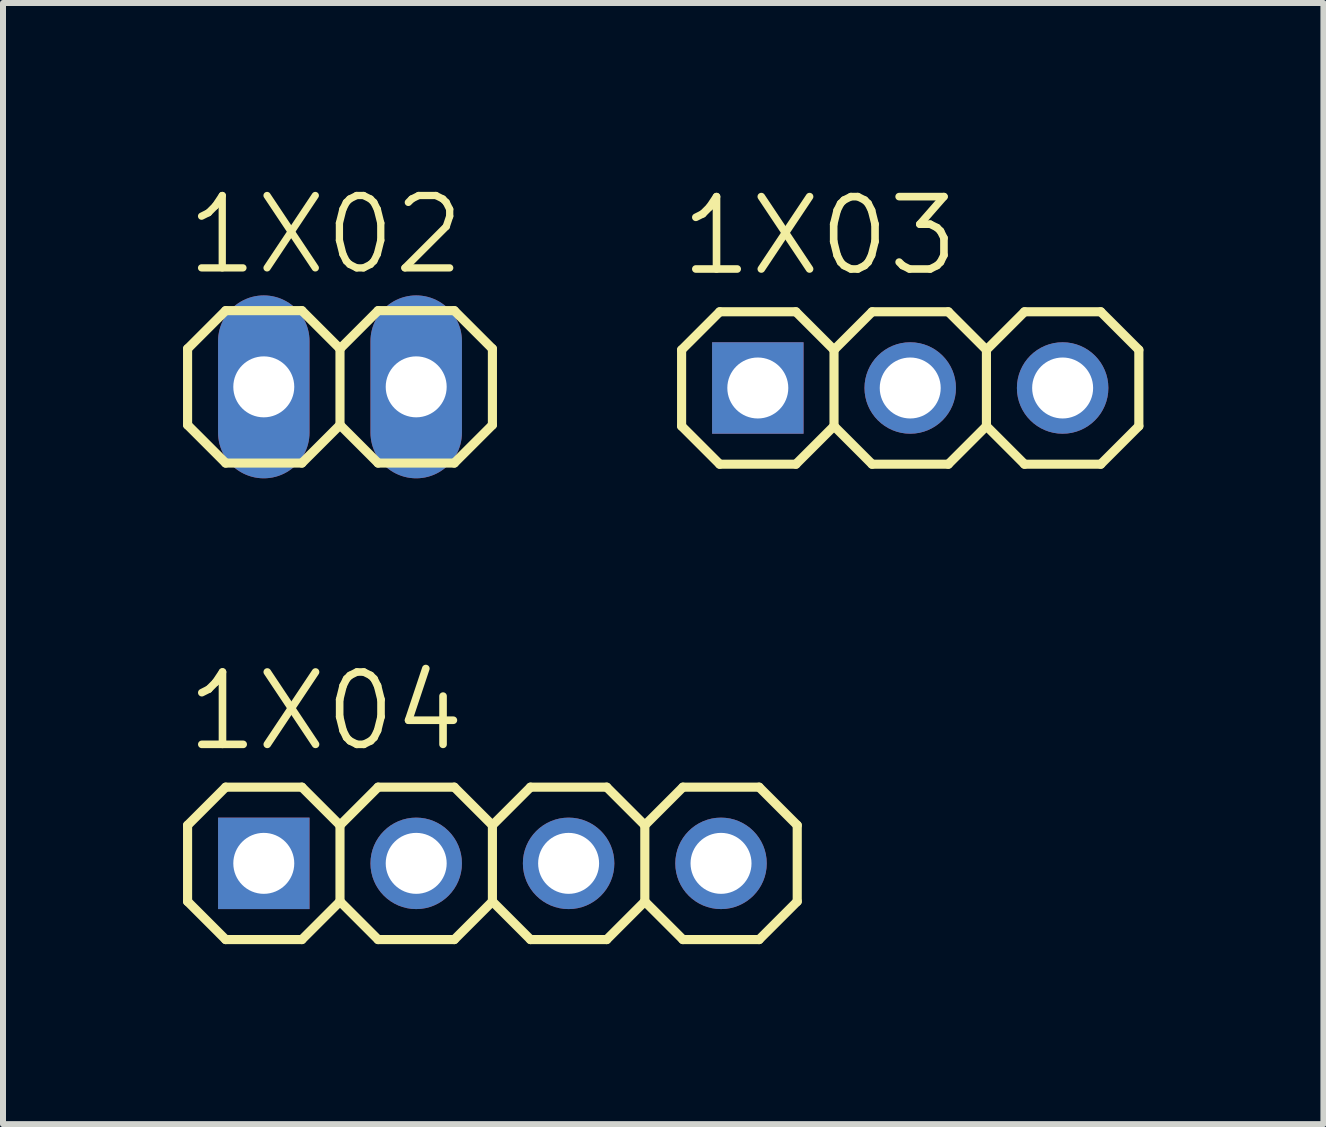
<source format=kicad_pcb>
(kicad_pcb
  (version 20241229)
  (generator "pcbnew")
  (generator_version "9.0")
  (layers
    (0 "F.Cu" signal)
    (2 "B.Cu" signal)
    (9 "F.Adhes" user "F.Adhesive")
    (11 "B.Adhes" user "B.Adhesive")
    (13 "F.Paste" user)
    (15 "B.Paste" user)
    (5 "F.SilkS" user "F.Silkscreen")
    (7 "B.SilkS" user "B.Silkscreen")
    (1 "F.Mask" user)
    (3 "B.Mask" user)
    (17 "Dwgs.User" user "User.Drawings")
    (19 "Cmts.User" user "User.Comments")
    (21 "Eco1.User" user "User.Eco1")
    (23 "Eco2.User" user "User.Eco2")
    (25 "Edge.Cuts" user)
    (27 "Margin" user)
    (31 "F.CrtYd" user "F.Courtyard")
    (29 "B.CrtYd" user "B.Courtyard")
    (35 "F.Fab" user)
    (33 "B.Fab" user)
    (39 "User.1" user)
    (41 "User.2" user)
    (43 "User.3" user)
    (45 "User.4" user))
  (footprint "1X02"
    (layer "F.Cu")
    (at 2.616 3.397)
    (property "Reference" "1X02" (at -2.616 -1.829 0) (layer "F.SilkS") (effects (font (size 1.206 1.206) (thickness 0.121)) (justify left bottom)))
    (attr through_hole)
    (fp_line (start -2.54 -0.635) (end -2.54 0.635) (stroke (width 0.152) (type solid)) (layer "F.SilkS"))
    (fp_line (start -2.54 0.635) (end -1.905 1.27) (stroke (width 0.152) (type solid)) (layer "F.SilkS"))
    (fp_line (start -1.905 -1.27) (end -2.54 -0.635) (stroke (width 0.152) (type solid)) (layer "F.SilkS"))
    (fp_line (start -1.905 -1.27) (end -0.635 -1.27) (stroke (width 0.152) (type solid)) (layer "F.SilkS"))
    (fp_line (start -0.635 -1.27) (end 0 -0.635) (stroke (width 0.152) (type solid)) (layer "F.SilkS"))
    (fp_line (start -0.635 1.27) (end -1.905 1.27) (stroke (width 0.152) (type solid)) (layer "F.SilkS"))
    (fp_line (start 0 -0.635) (end 0 0.635) (stroke (width 0.152) (type solid)) (layer "F.SilkS"))
    (fp_line (start 0 -0.635) (end 0.635 -1.27) (stroke (width 0.152) (type solid)) (layer "F.SilkS"))
    (fp_line (start 0 0.635) (end -0.635 1.27) (stroke (width 0.152) (type solid)) (layer "F.SilkS"))
    (fp_line (start 0.635 -1.27) (end 1.905 -1.27) (stroke (width 0.152) (type solid)) (layer "F.SilkS"))
    (fp_line (start 0.635 1.27) (end 0 0.635) (stroke (width 0.152) (type solid)) (layer "F.SilkS"))
    (fp_line (start 1.905 -1.27) (end 2.54 -0.635) (stroke (width 0.152) (type solid)) (layer "F.SilkS"))
    (fp_line (start 1.905 1.27) (end 0.635 1.27) (stroke (width 0.152) (type solid)) (layer "F.SilkS"))
    (fp_line (start 2.54 -0.635) (end 2.54 0.635) (stroke (width 0.152) (type solid)) (layer "F.SilkS"))
    (fp_line (start 2.54 0.635) (end 1.905 1.27) (stroke (width 0.152) (type solid)) (layer "F.SilkS"))
    (fp_poly (pts (xy -1.524 0.254) (xy -1.016 0.254) (xy -1.016 -0.254) (xy -1.524 -0.254)) (stroke (width 0.1) (type solid)) (fill no) (layer "F.Fab"))
    (fp_poly (pts (xy 1.016 0.254) (xy 1.524 0.254) (xy 1.524 -0.254) (xy 1.016 -0.254)) (stroke (width 0.1) (type solid)) (fill no) (layer "F.Fab"))
    (pad "1" thru_hole oval (at -1.27 0 90) (size 3.048 1.524) (drill 1.016) (layers "*.Cu" "*.Mask"))
    (pad "2" thru_hole oval (at 1.27 0 90) (size 3.048 1.524) (drill 1.016) (layers "*.Cu" "*.Mask")))
  (footprint "1X04"
    (layer "F.Cu")
    (at 5.156 11.338)
    (property "Reference" "1X04" (at -5.156 -1.829 0) (layer "F.SilkS") (effects (font (size 1.206 1.206) (thickness 0.127)) (justify left bottom)))
    (attr through_hole)
    (fp_line (start -5.08 -0.635) (end -5.08 0.635) (stroke (width 0.152) (type solid)) (layer "F.SilkS"))
    (fp_line (start -5.08 0.635) (end -4.445 1.27) (stroke (width 0.152) (type solid)) (layer "F.SilkS"))
    (fp_line (start -4.445 -1.27) (end -5.08 -0.635) (stroke (width 0.152) (type solid)) (layer "F.SilkS"))
    (fp_line (start -4.445 -1.27) (end -3.175 -1.27) (stroke (width 0.152) (type solid)) (layer "F.SilkS"))
    (fp_line (start -3.175 -1.27) (end -2.54 -0.635) (stroke (width 0.152) (type solid)) (layer "F.SilkS"))
    (fp_line (start -3.175 1.27) (end -4.445 1.27) (stroke (width 0.152) (type solid)) (layer "F.SilkS"))
    (fp_line (start -2.54 -0.635) (end -2.54 0.635) (stroke (width 0.152) (type solid)) (layer "F.SilkS"))
    (fp_line (start -2.54 -0.635) (end -1.905 -1.27) (stroke (width 0.152) (type solid)) (layer "F.SilkS"))
    (fp_line (start -2.54 0.635) (end -3.175 1.27) (stroke (width 0.152) (type solid)) (layer "F.SilkS"))
    (fp_line (start -1.905 -1.27) (end -0.635 -1.27) (stroke (width 0.152) (type solid)) (layer "F.SilkS"))
    (fp_line (start -1.905 1.27) (end -2.54 0.635) (stroke (width 0.152) (type solid)) (layer "F.SilkS"))
    (fp_line (start -0.635 -1.27) (end 0 -0.635) (stroke (width 0.152) (type solid)) (layer "F.SilkS"))
    (fp_line (start -0.635 1.27) (end -1.905 1.27) (stroke (width 0.152) (type solid)) (layer "F.SilkS"))
    (fp_line (start 0 -0.635) (end 0 0.635) (stroke (width 0.152) (type solid)) (layer "F.SilkS"))
    (fp_line (start 0 -0.635) (end 0.635 -1.27) (stroke (width 0.152) (type solid)) (layer "F.SilkS"))
    (fp_line (start 0 0.635) (end -0.635 1.27) (stroke (width 0.152) (type solid)) (layer "F.SilkS"))
    (fp_line (start 0.635 -1.27) (end 1.905 -1.27) (stroke (width 0.152) (type solid)) (layer "F.SilkS"))
    (fp_line (start 0.635 1.27) (end 0 0.635) (stroke (width 0.152) (type solid)) (layer "F.SilkS"))
    (fp_line (start 1.905 -1.27) (end 2.54 -0.635) (stroke (width 0.152) (type solid)) (layer "F.SilkS"))
    (fp_line (start 1.905 1.27) (end 0.635 1.27) (stroke (width 0.152) (type solid)) (layer "F.SilkS"))
    (fp_line (start 2.54 -0.635) (end 2.54 0.635) (stroke (width 0.152) (type solid)) (layer "F.SilkS"))
    (fp_line (start 2.54 0.635) (end 1.905 1.27) (stroke (width 0.152) (type solid)) (layer "F.SilkS"))
    (fp_line (start 2.54 0.635) (end 3.175 1.27) (stroke (width 0.152) (type solid)) (layer "F.SilkS"))
    (fp_line (start 3.175 -1.27) (end 2.54 -0.635) (stroke (width 0.152) (type solid)) (layer "F.SilkS"))
    (fp_line (start 3.175 -1.27) (end 4.445 -1.27) (stroke (width 0.152) (type solid)) (layer "F.SilkS"))
    (fp_line (start 4.445 -1.27) (end 5.08 -0.635) (stroke (width 0.152) (type solid)) (layer "F.SilkS"))
    (fp_line (start 4.445 1.27) (end 3.175 1.27) (stroke (width 0.152) (type solid)) (layer "F.SilkS"))
    (fp_line (start 5.08 -0.635) (end 5.08 0.635) (stroke (width 0.152) (type solid)) (layer "F.SilkS"))
    (fp_line (start 5.08 0.635) (end 4.445 1.27) (stroke (width 0.152) (type solid)) (layer "F.SilkS"))
    (fp_poly (pts (xy -4.064 0.254) (xy -3.556 0.254) (xy -3.556 -0.254) (xy -4.064 -0.254)) (stroke (width 0.1) (type solid)) (fill no) (layer "F.Fab"))
    (fp_poly (pts (xy -1.524 0.254) (xy -1.016 0.254) (xy -1.016 -0.254) (xy -1.524 -0.254)) (stroke (width 0.1) (type solid)) (fill no) (layer "F.Fab"))
    (fp_poly (pts (xy 1.016 0.254) (xy 1.524 0.254) (xy 1.524 -0.254) (xy 1.016 -0.254)) (stroke (width 0.1) (type solid)) (fill no) (layer "F.Fab"))
    (fp_poly (pts (xy 3.556 0.254) (xy 4.064 0.254) (xy 4.064 -0.254) (xy 3.556 -0.254)) (stroke (width 0.1) (type solid)) (fill no) (layer "F.Fab"))
    (pad "1" thru_hole rect (at -3.81 0 90) (size 1.524 1.524) (drill 1.016) (layers "*.Cu" "*.Mask"))
    (pad "2" thru_hole circle (at -1.27 0 90) (size 1.524 1.524) (drill 1.016) (layers "*.Cu" "*.Mask"))
    (pad "3" thru_hole circle (at 1.27 0 90) (size 1.524 1.524) (drill 1.016) (layers "*.Cu" "*.Mask"))
    (pad "4" thru_hole circle (at 3.81 0 90) (size 1.524 1.524) (drill 1.016) (layers "*.Cu" "*.Mask")))
  (footprint "1X03"
    (layer "F.Cu")
    (at 12.119 3.416)
    (property "Reference" "1X03" (at -3.886 -1.829 0) (layer "F.SilkS") (effects (font (size 1.206 1.206) (thickness 0.127)) (justify left bottom)))
    (attr through_hole)
    (fp_line (start -3.81 -0.635) (end -3.81 0.635) (stroke (width 0.152) (type solid)) (layer "F.SilkS"))
    (fp_line (start -3.81 0.635) (end -3.175 1.27) (stroke (width 0.152) (type solid)) (layer "F.SilkS"))
    (fp_line (start -3.175 -1.27) (end -3.81 -0.635) (stroke (width 0.152) (type solid)) (layer "F.SilkS"))
    (fp_line (start -3.175 -1.27) (end -1.905 -1.27) (stroke (width 0.152) (type solid)) (layer "F.SilkS"))
    (fp_line (start -1.905 -1.27) (end -1.27 -0.635) (stroke (width 0.152) (type solid)) (layer "F.SilkS"))
    (fp_line (start -1.905 1.27) (end -3.175 1.27) (stroke (width 0.152) (type solid)) (layer "F.SilkS"))
    (fp_line (start -1.27 -0.635) (end -1.27 0.635) (stroke (width 0.152) (type solid)) (layer "F.SilkS"))
    (fp_line (start -1.27 -0.635) (end -0.635 -1.27) (stroke (width 0.152) (type solid)) (layer "F.SilkS"))
    (fp_line (start -1.27 0.635) (end -1.905 1.27) (stroke (width 0.152) (type solid)) (layer "F.SilkS"))
    (fp_line (start -0.635 -1.27) (end 0.635 -1.27) (stroke (width 0.152) (type solid)) (layer "F.SilkS"))
    (fp_line (start -0.635 1.27) (end -1.27 0.635) (stroke (width 0.152) (type solid)) (layer "F.SilkS"))
    (fp_line (start 0.635 -1.27) (end 1.27 -0.635) (stroke (width 0.152) (type solid)) (layer "F.SilkS"))
    (fp_line (start 0.635 1.27) (end -0.635 1.27) (stroke (width 0.152) (type solid)) (layer "F.SilkS"))
    (fp_line (start 1.27 -0.635) (end 1.27 0.635) (stroke (width 0.152) (type solid)) (layer "F.SilkS"))
    (fp_line (start 1.27 -0.635) (end 1.905 -1.27) (stroke (width 0.152) (type solid)) (layer "F.SilkS"))
    (fp_line (start 1.27 0.635) (end 0.635 1.27) (stroke (width 0.152) (type solid)) (layer "F.SilkS"))
    (fp_line (start 1.905 -1.27) (end 3.175 -1.27) (stroke (width 0.152) (type solid)) (layer "F.SilkS"))
    (fp_line (start 1.905 1.27) (end 1.27 0.635) (stroke (width 0.152) (type solid)) (layer "F.SilkS"))
    (fp_line (start 3.175 -1.27) (end 3.81 -0.635) (stroke (width 0.152) (type solid)) (layer "F.SilkS"))
    (fp_line (start 3.175 1.27) (end 1.905 1.27) (stroke (width 0.152) (type solid)) (layer "F.SilkS"))
    (fp_line (start 3.81 -0.635) (end 3.81 0.635) (stroke (width 0.152) (type solid)) (layer "F.SilkS"))
    (fp_line (start 3.81 0.635) (end 3.175 1.27) (stroke (width 0.152) (type solid)) (layer "F.SilkS"))
    (fp_poly (pts (xy -2.794 0.254) (xy -2.286 0.254) (xy -2.286 -0.254) (xy -2.794 -0.254)) (stroke (width 0.1) (type solid)) (fill no) (layer "F.Fab"))
    (fp_poly (pts (xy -0.254 0.254) (xy 0.254 0.254) (xy 0.254 -0.254) (xy -0.254 -0.254)) (stroke (width 0.1) (type solid)) (fill no) (layer "F.Fab"))
    (fp_poly (pts (xy 2.286 0.254) (xy 2.794 0.254) (xy 2.794 -0.254) (xy 2.286 -0.254)) (stroke (width 0.1) (type solid)) (fill no) (layer "F.Fab"))
    (pad "1" thru_hole rect (at -2.54 0 90) (size 1.524 1.524) (drill 1.016) (layers "*.Cu" "*.Mask"))
    (pad "2" thru_hole circle (at 0 0 90) (size 1.524 1.524) (drill 1.016) (layers "*.Cu" "*.Mask"))
    (pad "3" thru_hole circle (at 2.54 0 90) (size 1.524 1.524) (drill 1.016) (layers "*.Cu" "*.Mask")))
  (gr_rect
    (start -3 -3)
    (end 19.005 15.684)
    (stroke (width 0.1) (type default))
    (fill no)
    (layer "Edge.Cuts")))
</source>
